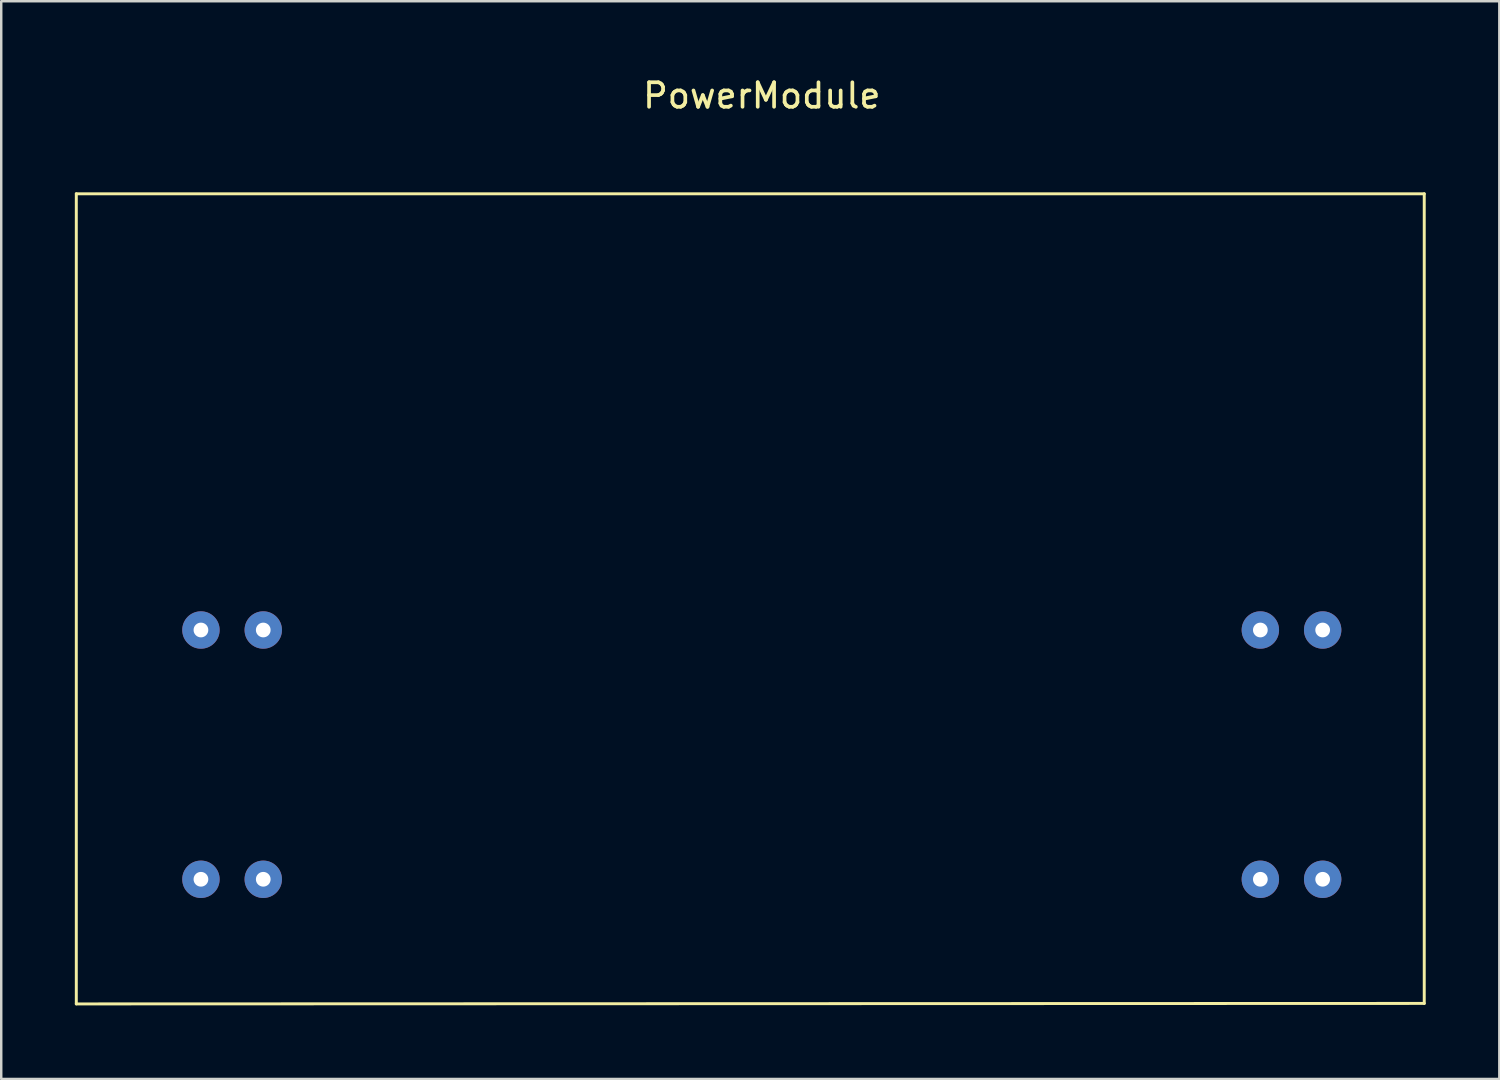
<source format=kicad_pcb>
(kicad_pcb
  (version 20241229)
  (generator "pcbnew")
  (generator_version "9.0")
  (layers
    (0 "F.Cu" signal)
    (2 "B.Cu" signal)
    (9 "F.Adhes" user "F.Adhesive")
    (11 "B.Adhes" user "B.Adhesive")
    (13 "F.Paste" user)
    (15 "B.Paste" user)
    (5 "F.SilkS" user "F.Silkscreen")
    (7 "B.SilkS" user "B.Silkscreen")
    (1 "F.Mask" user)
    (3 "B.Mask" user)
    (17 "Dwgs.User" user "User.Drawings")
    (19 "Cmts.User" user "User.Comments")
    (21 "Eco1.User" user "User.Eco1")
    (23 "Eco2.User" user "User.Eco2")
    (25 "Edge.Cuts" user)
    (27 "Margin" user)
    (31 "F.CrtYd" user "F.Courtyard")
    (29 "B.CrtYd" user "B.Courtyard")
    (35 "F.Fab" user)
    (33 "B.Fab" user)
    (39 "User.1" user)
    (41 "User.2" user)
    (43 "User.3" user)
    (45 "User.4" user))
  (footprint "PowerModule"
    (layer "F.Cu")
    (at 28 4.848)
    (property "Reference" "PowerModule" (at 0 -4 0) (layer "F.SilkS") (effects (font (size 1 1) (thickness 0.15))))
    (attr through_hole)
    (fp_line (start -27.94 0) (end 27 0) (stroke (width 0.12) (type solid)) (layer "F.SilkS"))
    (fp_line (start -27.94 33.02) (end -27.94 0) (stroke (width 0.12) (type solid)) (layer "F.SilkS"))
    (fp_line (start 27 0) (end 27 33) (stroke (width 0.12) (type solid)) (layer "F.SilkS"))
    (fp_line (start 27 33) (end -27.94 33.02) (stroke (width 0.12) (type solid)) (layer "F.SilkS"))
    (pad "1" thru_hole circle (at -22.86 27.94) (size 1.524 1.524) (drill 0.6) (layers "*.Cu" "*.Mask"))
    (pad "2" thru_hole circle (at -20.32 27.94) (size 1.524 1.524) (drill 0.6) (layers "*.Cu" "*.Mask"))
    (pad "5" thru_hole circle (at -22.86 17.78) (size 1.524 1.524) (drill 0.6) (layers "*.Cu" "*.Mask"))
    (pad "6" thru_hole circle (at -20.32 17.78) (size 1.524 1.524) (drill 0.6) (layers "*.Cu" "*.Mask"))
    (pad "7" thru_hole circle (at 22.86 27.94) (size 1.524 1.524) (drill 0.6) (layers "*.Cu" "*.Mask"))
    (pad "8" thru_hole circle (at 20.32 27.94) (size 1.524 1.524) (drill 0.6) (layers "*.Cu" "*.Mask"))
    (pad "9" thru_hole circle (at 20.32 17.78) (size 1.524 1.524) (drill 0.6) (layers "*.Cu" "*.Mask"))
    (pad "10" thru_hole circle (at 22.86 17.78) (size 1.524 1.524) (drill 0.6) (layers "*.Cu" "*.Mask")))
  (gr_rect
    (start -3 -3)
    (end 58.06 40.928)
    (stroke (width 0.1) (type default))
    (fill no)
    (layer "Edge.Cuts")))
</source>
